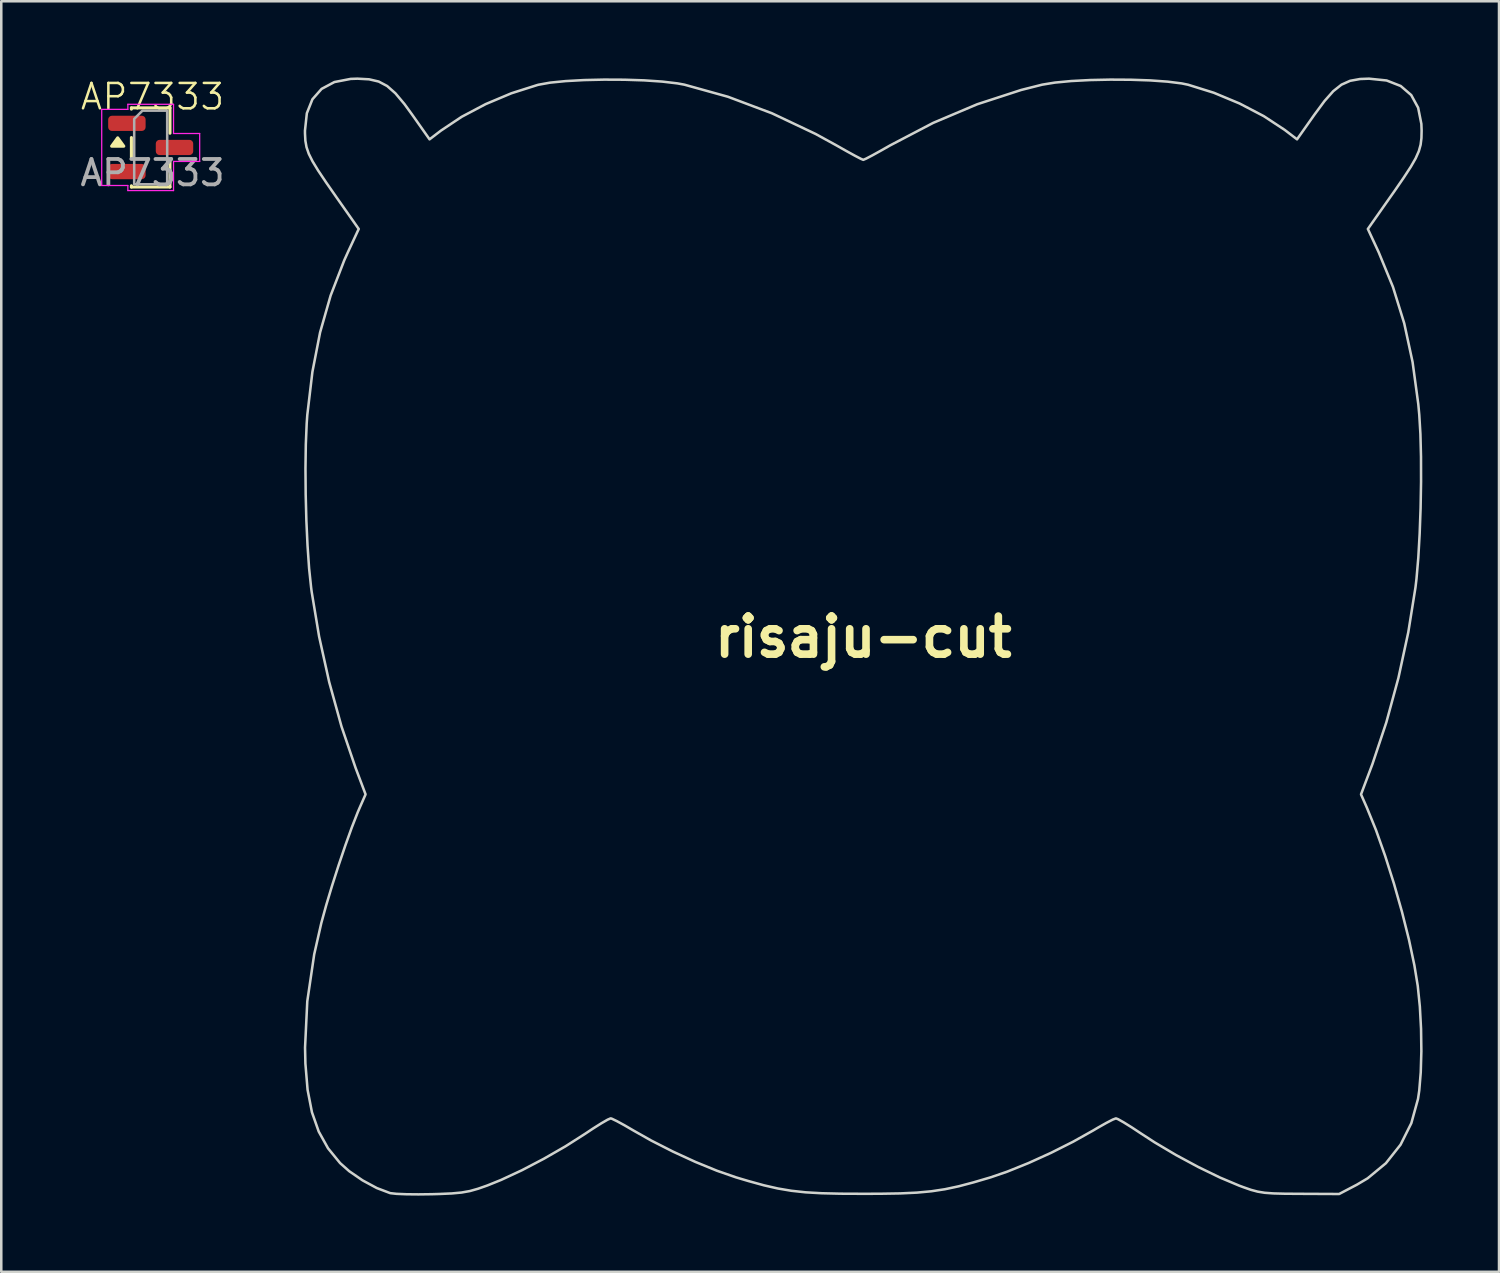
<source format=kicad_pcb>
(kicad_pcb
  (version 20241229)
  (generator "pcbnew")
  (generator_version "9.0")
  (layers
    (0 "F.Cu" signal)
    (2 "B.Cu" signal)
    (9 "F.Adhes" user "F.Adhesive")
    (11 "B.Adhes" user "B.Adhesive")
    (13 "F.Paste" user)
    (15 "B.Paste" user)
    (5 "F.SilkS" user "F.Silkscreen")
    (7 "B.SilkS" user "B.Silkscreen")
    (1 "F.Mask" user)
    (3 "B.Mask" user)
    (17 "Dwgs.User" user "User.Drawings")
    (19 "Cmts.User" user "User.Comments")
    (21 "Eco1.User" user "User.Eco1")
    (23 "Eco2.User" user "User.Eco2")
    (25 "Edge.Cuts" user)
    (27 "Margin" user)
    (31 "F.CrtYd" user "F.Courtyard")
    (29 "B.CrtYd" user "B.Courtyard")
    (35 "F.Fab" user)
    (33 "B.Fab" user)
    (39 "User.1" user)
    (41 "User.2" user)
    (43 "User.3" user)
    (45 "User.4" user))
  (footprint "risaju-cut"
    (layer "F.Cu")
    (at 30.967 22.048)
    (property "Reference" "risaju-cut" (at 0 0 0) (layer "F.SilkS") (effects (font (size 1.5 1.5) (thickness 0.3))))
    (attr board_only exclude_from_pos_files exclude_from_bom)
    (fp_poly (pts (xy 20.621 -21.927) (xy 21.176 -21.71) (xy 21.591 -21.352) (xy 21.863 -20.853) (xy 21.99 -20.216) (xy 22 -19.951) (xy 21.993 -19.654) (xy 21.961 -19.395) (xy 21.89 -19.14) (xy 21.766 -18.86) (xy 21.573 -18.524) (xy 21.297 -18.101) (xy 20.924 -17.558) (xy 20.751 -17.313) (xy 19.882 -16.076) (xy 20.305 -15.167) (xy 20.871 -13.791) (xy 21.315 -12.358) (xy 21.644 -10.831) (xy 21.869 -9.173) (xy 21.908 -8.75) (xy 21.953 -7.997) (xy 21.976 -7.098) (xy 21.978 -6.108) (xy 21.96 -5.078) (xy 21.923 -4.063) (xy 21.869 -3.115) (xy 21.798 -2.287) (xy 21.758 -1.95) (xy 21.475 -0.185) (xy 21.087 1.611) (xy 20.61 3.366) (xy 20.063 5.007) (xy 20.008 5.153) (xy 19.612 6.203) (xy 19.843 6.727) (xy 20.203 7.612) (xy 20.563 8.627) (xy 20.91 9.719) (xy 21.227 10.836) (xy 21.501 11.927) (xy 21.715 12.937) (xy 21.848 13.753) (xy 21.931 14.569) (xy 21.978 15.446) (xy 21.99 16.327) (xy 21.966 17.155) (xy 21.907 17.875) (xy 21.858 18.204) (xy 21.595 19.159) (xy 21.17 20.008) (xy 20.593 20.737) (xy 19.872 21.333) (xy 19.45 21.583) (xy 18.75 21.95) (xy 17.2 21.943) (xy 16.602 21.939) (xy 16.156 21.927) (xy 15.818 21.902) (xy 15.54 21.857) (xy 15.275 21.786) (xy 14.977 21.682) (xy 14.815 21.622) (xy 14.053 21.301) (xy 13.2 20.887) (xy 12.32 20.413) (xy 11.477 19.913) (xy 10.955 19.574) (xy 10.58 19.326) (xy 10.262 19.128) (xy 10.038 19.002) (xy 9.955 18.97) (xy 9.828 19.019) (xy 9.574 19.151) (xy 9.239 19.34) (xy 9.05 19.452) (xy 8.264 19.892) (xy 7.398 20.328) (xy 6.515 20.729) (xy 5.675 21.068) (xy 5.02 21.293) (xy 4.344 21.492) (xy 3.758 21.647) (xy 3.219 21.762) (xy 2.684 21.843) (xy 2.109 21.896) (xy 1.451 21.927) (xy 0.667 21.94) (xy 0 21.942) (xy -0.901 21.938) (xy -1.645 21.92) (xy -2.275 21.884) (xy -2.835 21.823) (xy -3.367 21.733) (xy -3.915 21.608) (xy -4.522 21.441) (xy -5.02 21.293) (xy -5.767 21.033) (xy -6.615 20.686) (xy -7.5 20.279) (xy -8.36 19.842) (xy -9.05 19.452) (xy -9.411 19.242) (xy -9.712 19.078) (xy -9.909 18.983) (xy -9.955 18.97) (xy -10.076 19.022) (xy -10.323 19.165) (xy -10.656 19.375) (xy -10.955 19.574) (xy -11.734 20.071) (xy -12.588 20.562) (xy -13.454 21.015) (xy -14.273 21.396) (xy -14.815 21.615) (xy -15.184 21.744) (xy -15.503 21.834) (xy -15.828 21.892) (xy -16.215 21.928) (xy -16.722 21.95) (xy -17 21.958) (xy -17.527 21.965) (xy -18.006 21.96) (xy -18.389 21.944) (xy -18.628 21.918) (xy -18.65 21.913) (xy -19.167 21.717) (xy -19.729 21.414) (xy -20.256 21.052) (xy -20.615 20.733) (xy -21.091 20.15) (xy -21.458 19.49) (xy -21.725 18.73) (xy -21.897 17.846) (xy -21.983 16.813) (xy -21.997 16.18) (xy -21.909 14.357) (xy -21.636 12.506) (xy -21.356 11.272) (xy -21.166 10.58) (xy -20.933 9.805) (xy -20.675 8.999) (xy -20.409 8.214) (xy -20.152 7.5) (xy -19.921 6.909) (xy -19.843 6.727) (xy -19.612 6.203) (xy -20.008 5.153) (xy -20.561 3.527) (xy -21.045 1.78) (xy -21.443 -0.016) (xy -21.737 -1.787) (xy -21.758 -1.95) (xy -21.837 -2.701) (xy -21.899 -3.598) (xy -21.945 -4.588) (xy -21.972 -5.618) (xy -21.98 -6.634) (xy -21.967 -7.583) (xy -21.932 -8.412) (xy -21.908 -8.75) (xy -21.707 -10.445) (xy -21.404 -12) (xy -20.989 -13.453) (xy -20.453 -14.839) (xy -20.305 -15.167) (xy -19.882 -16.076) (xy -20.751 -17.313) (xy -21.166 -17.909) (xy -21.478 -18.374) (xy -21.701 -18.74) (xy -21.85 -19.038) (xy -21.939 -19.298) (xy -21.984 -19.552) (xy -21.999 -19.831) (xy -22 -19.95) (xy -21.926 -20.636) (xy -21.707 -21.185) (xy -21.344 -21.596) (xy -20.84 -21.865) (xy -20.198 -21.989) (xy -19.93 -21.998) (xy -19.472 -21.973) (xy -19.095 -21.885) (xy -18.762 -21.709) (xy -18.437 -21.422) (xy -18.082 -21) (xy -17.775 -20.578) (xy -17.091 -19.608) (xy -16.641 -19.952) (xy -15.827 -20.495) (xy -14.879 -20.996) (xy -13.865 -21.423) (xy -12.852 -21.745) (xy -12.8 -21.759) (xy -12.339 -21.842) (xy -11.724 -21.903) (xy -11.001 -21.943) (xy -10.214 -21.961) (xy -9.408 -21.957) (xy -8.628 -21.931) (xy -7.92 -21.883) (xy -7.328 -21.813) (xy -7.05 -21.762) (xy -5.332 -21.285) (xy -3.595 -20.632) (xy -1.876 -19.818) (xy -1.06 -19.37) (xy -0.661 -19.144) (xy -0.326 -18.96) (xy -0.093 -18.839) (xy 0 -18.8) (xy 0.11 -18.847) (xy 0.355 -18.975) (xy 0.697 -19.164) (xy 1.06 -19.37) (xy 2.756 -20.257) (xy 4.49 -20.99) (xy 6.221 -21.553) (xy 7.05 -21.762) (xy 7.552 -21.844) (xy 8.196 -21.905) (xy 8.939 -21.944) (xy 9.735 -21.961) (xy 10.538 -21.956) (xy 11.305 -21.93) (xy 11.99 -21.881) (xy 12.547 -21.811) (xy 12.8 -21.759) (xy 13.812 -21.443) (xy 14.827 -21.02) (xy 15.78 -20.522) (xy 16.603 -19.981) (xy 16.641 -19.952) (xy 17.091 -19.608) (xy 17.775 -20.578) (xy 18.175 -21.118) (xy 18.518 -21.505) (xy 18.843 -21.762) (xy 19.183 -21.914) (xy 19.577 -21.985) (xy 19.929 -21.998)) (stroke (width 0.1) (type solid)) (fill no) (layer "Edge.Cuts")))
  (footprint "AP7333"
    (layer "F.Cu")
    (at 2.958 1.26)
    (property "Reference" "AP7333" (at 0 -0.5 0) (unlocked yes) (layer "F.SilkS") (effects (font (size 1 1) (thickness 0.1))))
    (attr smd)
    (fp_line (start -0.83 -0.06) (end 0.69 -0.06) (stroke (width 0.12) (type solid)) (layer "F.SilkS"))
    (fp_line (start -0.83 -0.01) (end -0.83 -0.06) (stroke (width 0.12) (type solid)) (layer "F.SilkS"))
    (fp_line (start -0.83 1.89) (end -0.83 1.11) (stroke (width 0.12) (type solid)) (layer "F.SilkS"))
    (fp_line (start -0.83 3.06) (end -0.83 3.01) (stroke (width 0.12) (type solid)) (layer "F.SilkS"))
    (fp_line (start 0.69 -0.06) (end 0.69 0.94) (stroke (width 0.12) (type solid)) (layer "F.SilkS"))
    (fp_line (start 0.69 2.06) (end 0.69 3.06) (stroke (width 0.12) (type solid)) (layer "F.SilkS"))
    (fp_line (start 0.69 3.06) (end -0.83 3.06) (stroke (width 0.12) (type solid)) (layer "F.SilkS"))
    (fp_poly (pts (xy -1.37 1.12) (xy -1.13 1.45) (xy -1.61 1.45)) (stroke (width 0.12) (type solid)) (fill yes) (layer "F.SilkS"))
    (fp_line (start -2 0) (end -0.97 0) (stroke (width 0.05) (type solid)) (layer "F.CrtYd"))
    (fp_line (start -2 3) (end -2 0) (stroke (width 0.05) (type solid)) (layer "F.CrtYd"))
    (fp_line (start -0.97 -0.2) (end 0.83 -0.2) (stroke (width 0.05) (type solid)) (layer "F.CrtYd"))
    (fp_line (start -0.97 0) (end -0.97 -0.2) (stroke (width 0.05) (type solid)) (layer "F.CrtYd"))
    (fp_line (start -0.97 3) (end -2 3) (stroke (width 0.05) (type solid)) (layer "F.CrtYd"))
    (fp_line (start -0.97 3.2) (end -0.97 3) (stroke (width 0.05) (type solid)) (layer "F.CrtYd"))
    (fp_line (start 0.83 -0.2) (end 0.83 0.95) (stroke (width 0.05) (type solid)) (layer "F.CrtYd"))
    (fp_line (start 0.83 0.95) (end 1.86 0.95) (stroke (width 0.05) (type solid)) (layer "F.CrtYd"))
    (fp_line (start 0.83 2.05) (end 0.83 3.2) (stroke (width 0.05) (type solid)) (layer "F.CrtYd"))
    (fp_line (start 0.83 3.2) (end -0.97 3.2) (stroke (width 0.05) (type solid)) (layer "F.CrtYd"))
    (fp_line (start 1.86 0.95) (end 1.86 2.05) (stroke (width 0.05) (type solid)) (layer "F.CrtYd"))
    (fp_line (start 1.86 2.05) (end 0.83 2.05) (stroke (width 0.05) (type solid)) (layer "F.CrtYd"))
    (fp_poly (pts (xy -0.72 0.375) (xy -0.72 2.95) (xy 0.58 2.95) (xy 0.58 0.05) (xy -0.395 0.05)) (stroke (width 0.1) (type solid)) (fill no) (layer "F.Fab"))
    (fp_text user "${REFERENCE}" (at 0 2.5 0) (unlocked yes) (layer "F.Fab") (effects (font (size 1 1) (thickness 0.15))))
    (pad "1" smd roundrect (at -1.008 0.55) (size 1.475 0.6) (layers "F.Cu" "F.Mask" "F.Paste") (roundrect_rratio 0.25))
    (pad "2" smd roundrect (at -1.008 2.45) (size 1.475 0.6) (layers "F.Cu" "F.Mask" "F.Paste") (roundrect_rratio 0.25))
    (pad "3" smd roundrect (at 0.868 1.5) (size 1.475 0.6) (layers "F.Cu" "F.Mask" "F.Paste") (roundrect_rratio 0.25)))
  (gr_rect
    (start -3 -3)
    (end 56.017 47.063)
    (stroke (width 0.1) (type default))
    (fill no)
    (layer "Edge.Cuts")))
</source>
